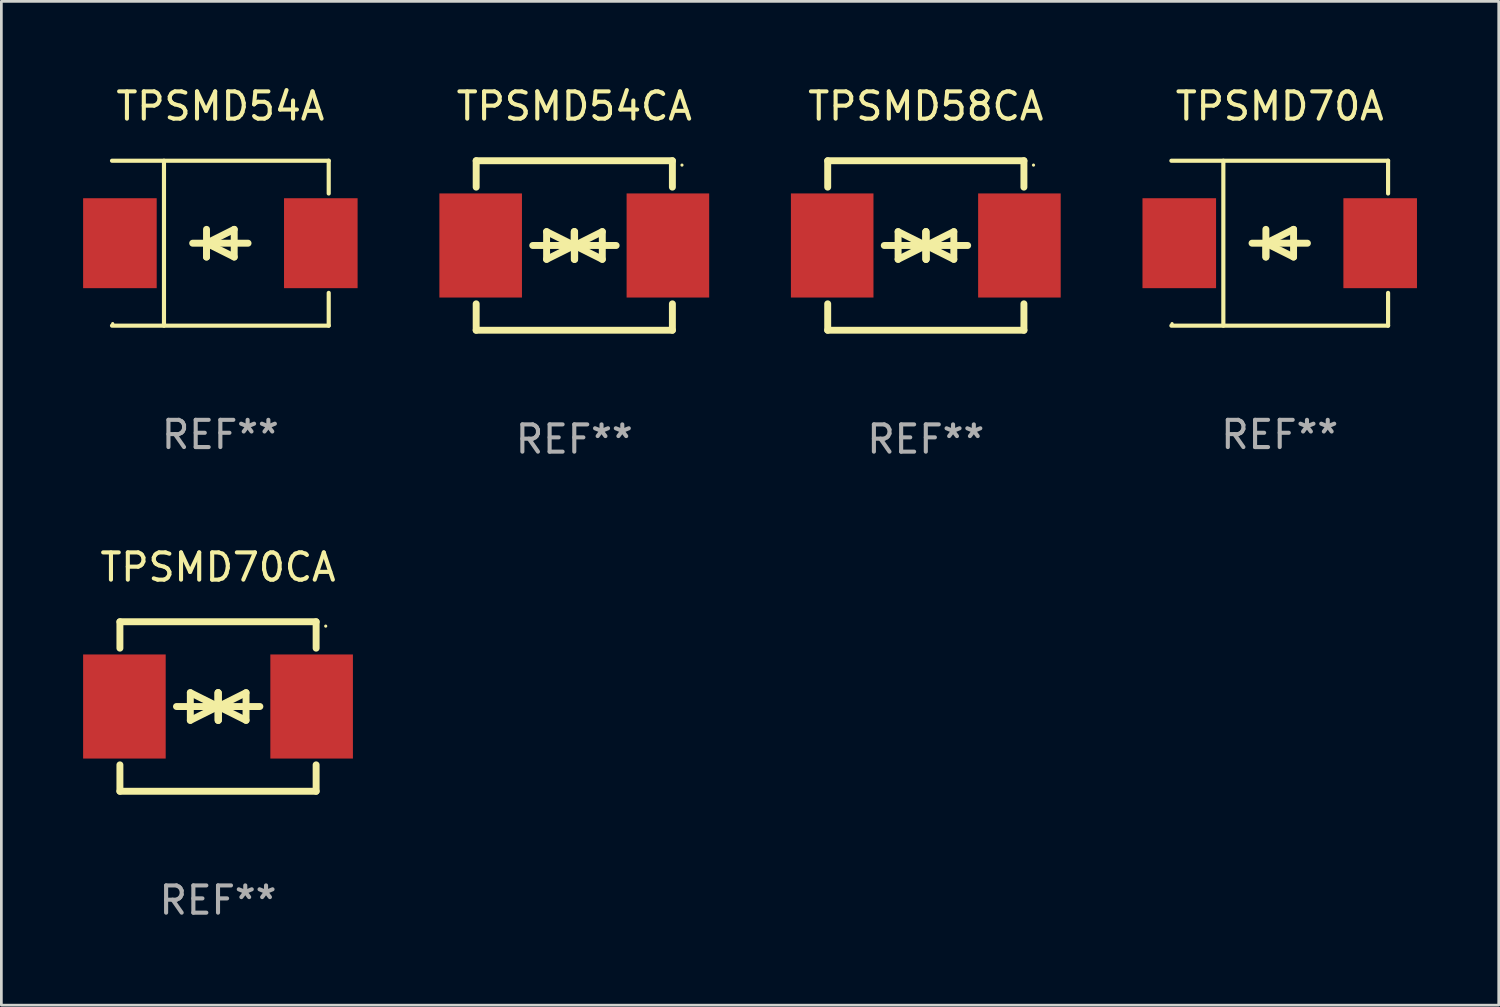
<source format=kicad_pcb>
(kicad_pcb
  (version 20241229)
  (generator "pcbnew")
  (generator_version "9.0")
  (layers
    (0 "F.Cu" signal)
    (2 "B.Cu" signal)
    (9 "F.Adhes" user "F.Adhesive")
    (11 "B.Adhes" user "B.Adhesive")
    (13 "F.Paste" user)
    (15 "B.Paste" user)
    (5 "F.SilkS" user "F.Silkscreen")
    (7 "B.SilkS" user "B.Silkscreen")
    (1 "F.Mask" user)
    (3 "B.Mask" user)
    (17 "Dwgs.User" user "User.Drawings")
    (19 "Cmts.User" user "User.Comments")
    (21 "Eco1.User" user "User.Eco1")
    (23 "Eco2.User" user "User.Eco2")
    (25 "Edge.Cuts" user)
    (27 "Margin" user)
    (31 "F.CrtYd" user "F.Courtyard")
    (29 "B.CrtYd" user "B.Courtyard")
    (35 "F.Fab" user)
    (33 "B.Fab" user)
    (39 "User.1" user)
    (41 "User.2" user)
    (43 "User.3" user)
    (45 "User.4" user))
  (footprint "TPSMD70A"
    (layer "F.Cu")
    (at 43.909 5.874)
    (property "Reference" "TPSMD70A" (at 0 -5.026 0) (layer "F.SilkS") (effects (font (size 1 1) (thickness 0.15))))
    (attr through_hole)
    (fp_line (start -3.976 -3.026) (end 3.976 -3.026) (stroke (width 0.152) (type solid)) (layer "F.SilkS"))
    (fp_line (start -3.976 3.026) (end 3.976 3.026) (stroke (width 0.152) (type solid)) (layer "F.SilkS"))
    (fp_line (start -2.069 -3.026) (end -2.069 3.026) (stroke (width 0.152) (type solid)) (layer "F.SilkS"))
    (fp_line (start -0.508 0) (end -0.508 0.508) (stroke (width 0.254) (type solid)) (layer "F.SilkS"))
    (fp_line (start -0.508 0) (end 0.508 0.508) (stroke (width 0.254) (type solid)) (layer "F.SilkS"))
    (fp_line (start -0.508 0.508) (end -0.508 -0.508) (stroke (width 0.254) (type solid)) (layer "F.SilkS"))
    (fp_line (start 0.508 -0.508) (end -0.508 0) (stroke (width 0.254) (type solid)) (layer "F.SilkS"))
    (fp_line (start 0.508 0.508) (end 0.508 -0.508) (stroke (width 0.254) (type solid)) (layer "F.SilkS"))
    (fp_line (start 1.016 0) (end -1.016 0) (stroke (width 0.254) (type solid)) (layer "F.SilkS"))
    (fp_line (start 3.976 -3.026) (end 3.976 -1.823) (stroke (width 0.152) (type solid)) (layer "F.SilkS"))
    (fp_line (start 3.976 3.026) (end 3.976 1.823) (stroke (width 0.152) (type solid)) (layer "F.SilkS"))
    (fp_circle (center -3.95 2.95) (end -3.92 2.95) (stroke (width 0.06) (type solid)) (fill no) (layer "F.SilkS"))
    (fp_text user "REF**" (at 0 7.026 0) (layer "F.Fab") (effects (font (size 1 1) (thickness 0.15))))
    (pad "1" smd rect (at -3.686 0) (size 2.7 3.3) (layers "F.Cu" "F.Mask" "F.Paste"))
    (pad "2" smd rect (at 3.686 0) (size 2.7 3.3) (layers "F.Cu" "F.Mask" "F.Paste")))
  (footprint "TPSMD70CA"
    (layer "F.Cu")
    (at 4.95 22.875)
    (property "Reference" "TPSMD70CA" (at 0 -5.11 0) (layer "F.SilkS") (effects (font (size 1 1) (thickness 0.15))))
    (attr through_hole)
    (fp_line (start -3.6 -2.141) (end -3.6 -3.11) (stroke (width 0.254) (type solid)) (layer "F.SilkS"))
    (fp_line (start -3.6 3.11) (end -3.6 2.141) (stroke (width 0.254) (type solid)) (layer "F.SilkS"))
    (fp_line (start -1.524 0) (end 0.508 0) (stroke (width 0.254) (type solid)) (layer "F.SilkS"))
    (fp_line (start -1.016 -0.508) (end -1.016 0.508) (stroke (width 0.254) (type solid)) (layer "F.SilkS"))
    (fp_line (start -1.016 0.508) (end 0 0) (stroke (width 0.254) (type solid)) (layer "F.SilkS"))
    (fp_line (start 0 -0.508) (end 0 0.508) (stroke (width 0.254) (type solid)) (layer "F.SilkS"))
    (fp_line (start 0 0) (end -1.016 -0.508) (stroke (width 0.254) (type solid)) (layer "F.SilkS"))
    (fp_line (start 0 0) (end 0 -0.508) (stroke (width 0.254) (type solid)) (layer "F.SilkS"))
    (fp_line (start 0.012 0) (end 0.012 0.508) (stroke (width 0.254) (type solid)) (layer "F.SilkS"))
    (fp_line (start 0.012 0) (end 1.028 0.508) (stroke (width 0.254) (type solid)) (layer "F.SilkS"))
    (fp_line (start 0.012 0.508) (end 0.012 -0.508) (stroke (width 0.254) (type solid)) (layer "F.SilkS"))
    (fp_line (start 1.028 -0.508) (end 0.012 0) (stroke (width 0.254) (type solid)) (layer "F.SilkS"))
    (fp_line (start 1.028 0.508) (end 1.028 -0.508) (stroke (width 0.254) (type solid)) (layer "F.SilkS"))
    (fp_line (start 1.536 0) (end -0.496 0) (stroke (width 0.254) (type solid)) (layer "F.SilkS"))
    (fp_line (start 3.6 -3.11) (end -3.6 -3.11) (stroke (width 0.254) (type solid)) (layer "F.SilkS"))
    (fp_line (start 3.6 -2.141) (end 3.6 -3.11) (stroke (width 0.254) (type solid)) (layer "F.SilkS"))
    (fp_line (start 3.6 3.11) (end -3.6 3.11) (stroke (width 0.254) (type solid)) (layer "F.SilkS"))
    (fp_line (start 3.6 3.11) (end 3.6 2.141) (stroke (width 0.254) (type solid)) (layer "F.SilkS"))
    (fp_circle (center 3.952 -2.95) (end 3.982 -2.95) (stroke (width 0.06) (type solid)) (fill no) (layer "F.SilkS"))
    (fp_text user "REF**" (at 0 7.11 0) (layer "F.Fab") (effects (font (size 1 1) (thickness 0.15))))
    (pad "1" smd rect (at 3.435 0) (size 3.03 3.82) (layers "F.Cu" "F.Mask" "F.Paste"))
    (pad "2" smd rect (at -3.435 0) (size 3.03 3.82) (layers "F.Cu" "F.Mask" "F.Paste")))
  (footprint "TPSMD58CA"
    (layer "F.Cu")
    (at 30.922 5.958)
    (property "Reference" "TPSMD58CA" (at 0 -5.11 0) (layer "F.SilkS") (effects (font (size 1 1) (thickness 0.15))))
    (attr through_hole)
    (fp_line (start -3.6 -2.141) (end -3.6 -3.11) (stroke (width 0.254) (type solid)) (layer "F.SilkS"))
    (fp_line (start -3.6 3.11) (end -3.6 2.141) (stroke (width 0.254) (type solid)) (layer "F.SilkS"))
    (fp_line (start -1.524 0) (end 0.508 0) (stroke (width 0.254) (type solid)) (layer "F.SilkS"))
    (fp_line (start -1.016 -0.508) (end -1.016 0.508) (stroke (width 0.254) (type solid)) (layer "F.SilkS"))
    (fp_line (start -1.016 0.508) (end 0 0) (stroke (width 0.254) (type solid)) (layer "F.SilkS"))
    (fp_line (start 0 -0.508) (end 0 0.508) (stroke (width 0.254) (type solid)) (layer "F.SilkS"))
    (fp_line (start 0 0) (end -1.016 -0.508) (stroke (width 0.254) (type solid)) (layer "F.SilkS"))
    (fp_line (start 0 0) (end 0 -0.508) (stroke (width 0.254) (type solid)) (layer "F.SilkS"))
    (fp_line (start 0.012 0) (end 0.012 0.508) (stroke (width 0.254) (type solid)) (layer "F.SilkS"))
    (fp_line (start 0.012 0) (end 1.028 0.508) (stroke (width 0.254) (type solid)) (layer "F.SilkS"))
    (fp_line (start 0.012 0.508) (end 0.012 -0.508) (stroke (width 0.254) (type solid)) (layer "F.SilkS"))
    (fp_line (start 1.028 -0.508) (end 0.012 0) (stroke (width 0.254) (type solid)) (layer "F.SilkS"))
    (fp_line (start 1.028 0.508) (end 1.028 -0.508) (stroke (width 0.254) (type solid)) (layer "F.SilkS"))
    (fp_line (start 1.536 0) (end -0.496 0) (stroke (width 0.254) (type solid)) (layer "F.SilkS"))
    (fp_line (start 3.6 -3.11) (end -3.6 -3.11) (stroke (width 0.254) (type solid)) (layer "F.SilkS"))
    (fp_line (start 3.6 -2.141) (end 3.6 -3.11) (stroke (width 0.254) (type solid)) (layer "F.SilkS"))
    (fp_line (start 3.6 3.11) (end -3.6 3.11) (stroke (width 0.254) (type solid)) (layer "F.SilkS"))
    (fp_line (start 3.6 3.11) (end 3.6 2.141) (stroke (width 0.254) (type solid)) (layer "F.SilkS"))
    (fp_circle (center 3.952 -2.95) (end 3.982 -2.95) (stroke (width 0.06) (type solid)) (fill no) (layer "F.SilkS"))
    (fp_text user "REF**" (at 0 7.11 0) (layer "F.Fab") (effects (font (size 1 1) (thickness 0.15))))
    (pad "1" smd rect (at 3.435 0) (size 3.03 3.82) (layers "F.Cu" "F.Mask" "F.Paste"))
    (pad "2" smd rect (at -3.435 0) (size 3.03 3.82) (layers "F.Cu" "F.Mask" "F.Paste")))
  (footprint "TPSMD54CA"
    (layer "F.Cu")
    (at 18.023 5.958)
    (property "Reference" "TPSMD54CA" (at 0 -5.11 0) (layer "F.SilkS") (effects (font (size 1 1) (thickness 0.15))))
    (attr through_hole)
    (fp_line (start -3.6 -2.141) (end -3.6 -3.11) (stroke (width 0.254) (type solid)) (layer "F.SilkS"))
    (fp_line (start -3.6 3.11) (end -3.6 2.141) (stroke (width 0.254) (type solid)) (layer "F.SilkS"))
    (fp_line (start -1.524 0) (end 0.508 0) (stroke (width 0.254) (type solid)) (layer "F.SilkS"))
    (fp_line (start -1.016 -0.508) (end -1.016 0.508) (stroke (width 0.254) (type solid)) (layer "F.SilkS"))
    (fp_line (start -1.016 0.508) (end 0 0) (stroke (width 0.254) (type solid)) (layer "F.SilkS"))
    (fp_line (start 0 -0.508) (end 0 0.508) (stroke (width 0.254) (type solid)) (layer "F.SilkS"))
    (fp_line (start 0 0) (end -1.016 -0.508) (stroke (width 0.254) (type solid)) (layer "F.SilkS"))
    (fp_line (start 0 0) (end 0 -0.508) (stroke (width 0.254) (type solid)) (layer "F.SilkS"))
    (fp_line (start 0.012 0) (end 0.012 0.508) (stroke (width 0.254) (type solid)) (layer "F.SilkS"))
    (fp_line (start 0.012 0) (end 1.028 0.508) (stroke (width 0.254) (type solid)) (layer "F.SilkS"))
    (fp_line (start 0.012 0.508) (end 0.012 -0.508) (stroke (width 0.254) (type solid)) (layer "F.SilkS"))
    (fp_line (start 1.028 -0.508) (end 0.012 0) (stroke (width 0.254) (type solid)) (layer "F.SilkS"))
    (fp_line (start 1.028 0.508) (end 1.028 -0.508) (stroke (width 0.254) (type solid)) (layer "F.SilkS"))
    (fp_line (start 1.536 0) (end -0.496 0) (stroke (width 0.254) (type solid)) (layer "F.SilkS"))
    (fp_line (start 3.6 -3.11) (end -3.6 -3.11) (stroke (width 0.254) (type solid)) (layer "F.SilkS"))
    (fp_line (start 3.6 -2.141) (end 3.6 -3.11) (stroke (width 0.254) (type solid)) (layer "F.SilkS"))
    (fp_line (start 3.6 3.11) (end -3.6 3.11) (stroke (width 0.254) (type solid)) (layer "F.SilkS"))
    (fp_line (start 3.6 3.11) (end 3.6 2.141) (stroke (width 0.254) (type solid)) (layer "F.SilkS"))
    (fp_circle (center 3.952 -2.95) (end 3.982 -2.95) (stroke (width 0.06) (type solid)) (fill no) (layer "F.SilkS"))
    (fp_text user "REF**" (at 0 7.11 0) (layer "F.Fab") (effects (font (size 1 1) (thickness 0.15))))
    (pad "1" smd rect (at 3.435 0) (size 3.03 3.82) (layers "F.Cu" "F.Mask" "F.Paste"))
    (pad "2" smd rect (at -3.435 0) (size 3.03 3.82) (layers "F.Cu" "F.Mask" "F.Paste")))
  (footprint "TPSMD54A"
    (layer "F.Cu")
    (at 5.036 5.874)
    (property "Reference" "TPSMD54A" (at 0 -5.026 0) (layer "F.SilkS") (effects (font (size 1 1) (thickness 0.15))))
    (attr through_hole)
    (fp_line (start -3.976 -3.026) (end 3.976 -3.026) (stroke (width 0.152) (type solid)) (layer "F.SilkS"))
    (fp_line (start -3.976 3.026) (end 3.976 3.026) (stroke (width 0.152) (type solid)) (layer "F.SilkS"))
    (fp_line (start -2.069 -3.026) (end -2.069 3.026) (stroke (width 0.152) (type solid)) (layer "F.SilkS"))
    (fp_line (start -0.508 0) (end -0.508 0.508) (stroke (width 0.254) (type solid)) (layer "F.SilkS"))
    (fp_line (start -0.508 0) (end 0.508 0.508) (stroke (width 0.254) (type solid)) (layer "F.SilkS"))
    (fp_line (start -0.508 0.508) (end -0.508 -0.508) (stroke (width 0.254) (type solid)) (layer "F.SilkS"))
    (fp_line (start 0.508 -0.508) (end -0.508 0) (stroke (width 0.254) (type solid)) (layer "F.SilkS"))
    (fp_line (start 0.508 0.508) (end 0.508 -0.508) (stroke (width 0.254) (type solid)) (layer "F.SilkS"))
    (fp_line (start 1.016 0) (end -1.016 0) (stroke (width 0.254) (type solid)) (layer "F.SilkS"))
    (fp_line (start 3.976 -3.026) (end 3.976 -1.823) (stroke (width 0.152) (type solid)) (layer "F.SilkS"))
    (fp_line (start 3.976 3.026) (end 3.976 1.823) (stroke (width 0.152) (type solid)) (layer "F.SilkS"))
    (fp_circle (center -3.95 2.95) (end -3.92 2.95) (stroke (width 0.06) (type solid)) (fill no) (layer "F.SilkS"))
    (fp_text user "REF**" (at 0 7.026 0) (layer "F.Fab") (effects (font (size 1 1) (thickness 0.15))))
    (pad "1" smd rect (at -3.686 0) (size 2.7 3.3) (layers "F.Cu" "F.Mask" "F.Paste"))
    (pad "2" smd rect (at 3.686 0) (size 2.7 3.3) (layers "F.Cu" "F.Mask" "F.Paste")))
  (gr_rect
    (start -3 -3)
    (end 51.945 33.833)
    (stroke (width 0.1) (type default))
    (fill no)
    (layer "Edge.Cuts")))
</source>
